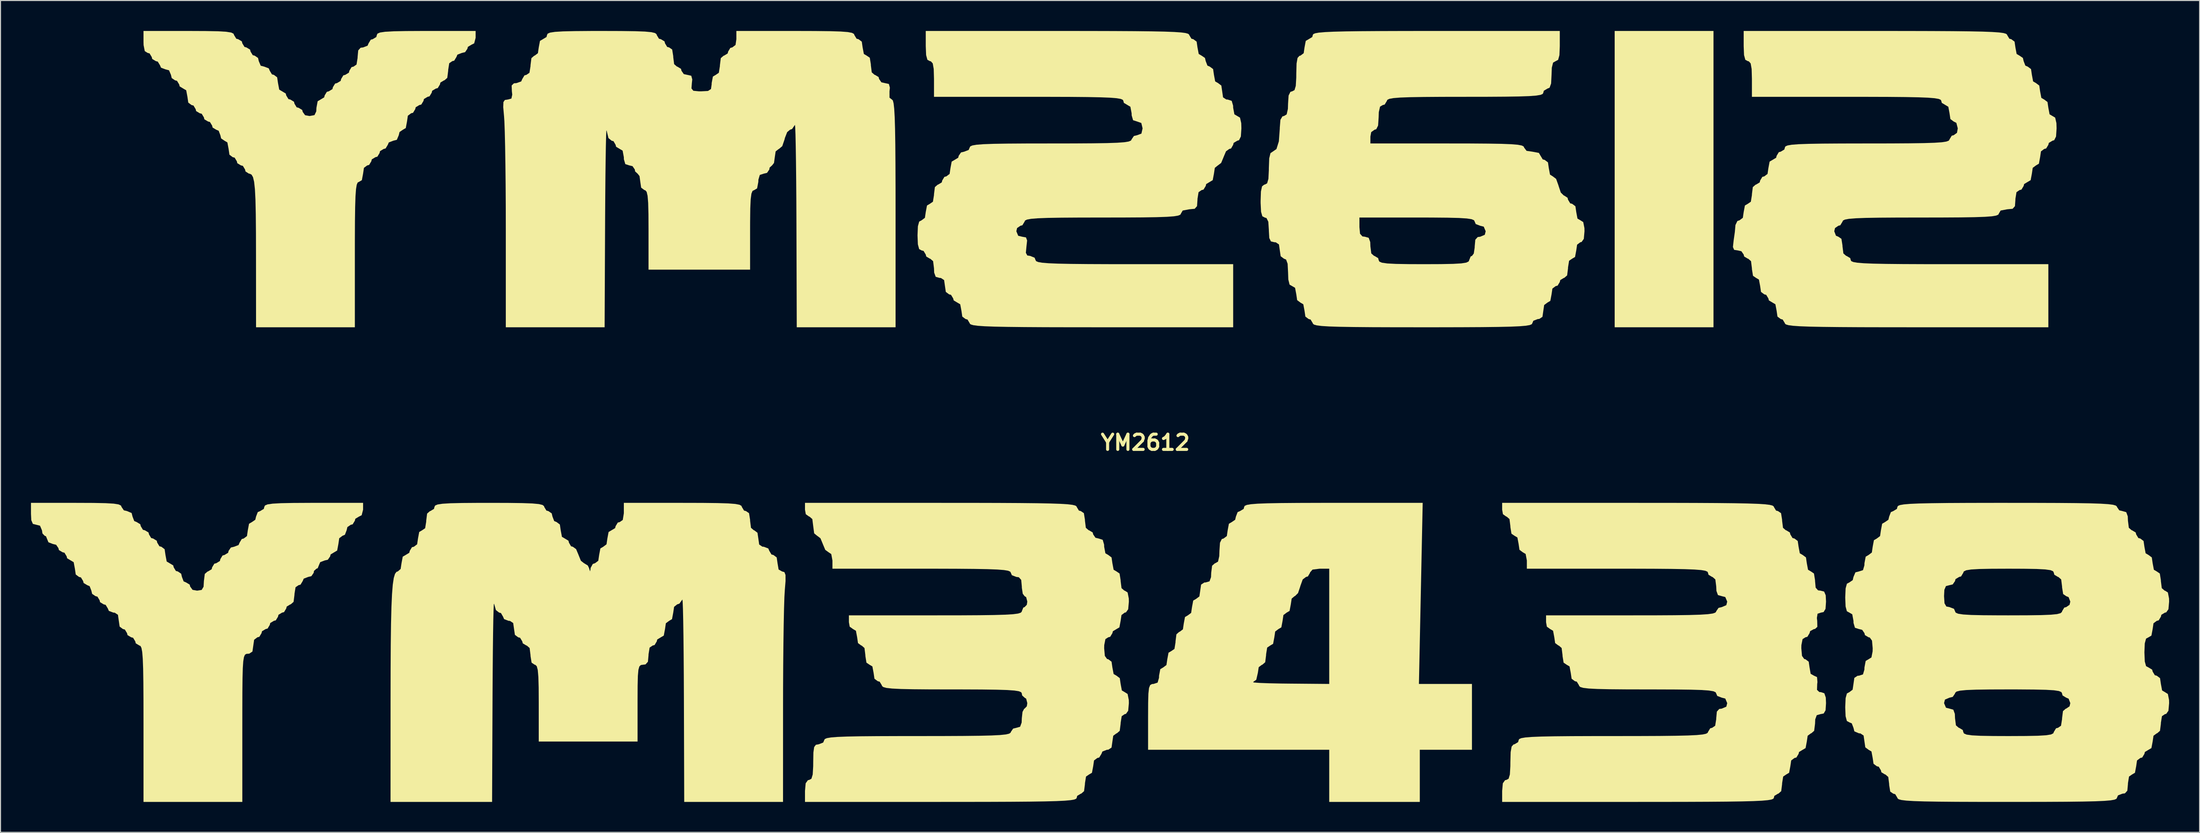
<source format=kicad_pcb>
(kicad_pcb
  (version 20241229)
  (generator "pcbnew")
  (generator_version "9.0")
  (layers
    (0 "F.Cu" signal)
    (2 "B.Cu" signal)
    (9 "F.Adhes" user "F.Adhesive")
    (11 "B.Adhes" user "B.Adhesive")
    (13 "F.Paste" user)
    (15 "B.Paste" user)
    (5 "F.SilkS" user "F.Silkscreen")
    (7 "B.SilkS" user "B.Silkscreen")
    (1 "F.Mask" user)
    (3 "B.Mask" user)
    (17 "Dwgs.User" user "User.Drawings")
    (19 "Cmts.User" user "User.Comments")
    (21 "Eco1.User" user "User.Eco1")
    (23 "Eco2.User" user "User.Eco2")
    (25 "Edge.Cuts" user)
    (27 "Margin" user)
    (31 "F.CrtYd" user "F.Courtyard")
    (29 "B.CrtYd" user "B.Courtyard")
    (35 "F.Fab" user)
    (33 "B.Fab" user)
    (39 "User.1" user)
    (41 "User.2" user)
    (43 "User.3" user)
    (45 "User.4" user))
  (footprint "YM2612"
    (layer "F.Cu")
    (at 109.706 40.532)
    (property "Reference" "YM2612" (at 0 0 0) (layer "F.SilkS") (effects (font (size 1.5 1.5) (thickness 0.3))))
    (attr board_only exclude_from_pos_files exclude_from_bom)
    (fp_poly (pts (xy 55.934 -25.94) (xy 55.934 -11.349) (xy 51.07 -11.349) (xy 46.206 -11.349) (xy 46.206 -25.94) (xy 46.206 -40.532) (xy 51.07 -40.532) (xy 55.934 -40.532)) (stroke (width 0) (type solid)) (fill yes) (layer "F.SilkS"))
    (fp_poly (pts (xy 27.12 14.862) (xy 26.935 23.779) (xy 29.545 23.779) (xy 32.155 23.779) (xy 32.155 27.021) (xy 32.155 30.264) (xy 29.588 30.264) (xy 27.021 30.264) (xy 27.021 32.831) (xy 27.021 35.398) (xy 22.563 35.398) (xy 18.104 35.398) (xy 18.104 32.831) (xy 18.104 30.264) (xy 9.187 30.264) (xy 0.27 30.264) (xy 0.27 27.021) (xy 0.276 25.653) (xy 0.301 24.735) (xy 0.363 24.178) (xy 0.474 23.893) (xy 0.652 23.79) (xy 0.811 23.779) (xy 1.206 23.651) (xy 1.224 23.592) (xy 10.606 23.592) (xy 10.69 23.637) (xy 11.235 23.679) (xy 12.161 23.714) (xy 13.387 23.739) (xy 14.119 23.747) (xy 18.104 23.779) (xy 18.104 18.104) (xy 18.104 12.43) (xy 17.159 12.43) (xy 16.459 12.518) (xy 16.214 12.798) (xy 16.213 12.835) (xy 16.003 13.193) (xy 15.82 13.24) (xy 15.494 13.488) (xy 15.258 14.143) (xy 15.249 14.186) (xy 15.032 14.833) (xy 14.733 15.128) (xy 14.697 15.132) (xy 14.407 15.375) (xy 14.321 15.943) (xy 14.2 16.586) (xy 13.916 16.753) (xy 13.594 16.995) (xy 13.511 17.564) (xy 13.39 18.207) (xy 13.105 18.374) (xy 12.784 18.616) (xy 12.7 19.185) (xy 12.579 19.829) (xy 12.295 19.996) (xy 11.995 20.201) (xy 11.89 20.855) (xy 11.889 20.941) (xy 11.801 21.641) (xy 11.521 21.886) (xy 11.484 21.887) (xy 11.162 22.128) (xy 11.079 22.678) (xy 10.922 23.366) (xy 10.606 23.592) (xy 1.224 23.592) (xy 1.345 23.177) (xy 1.351 22.968) (xy 1.472 22.325) (xy 1.756 22.157) (xy 2.078 21.916) (xy 2.162 21.347) (xy 2.283 20.703) (xy 2.567 20.536) (xy 2.867 20.331) (xy 2.972 19.677) (xy 2.972 19.59) (xy 3.06 18.891) (xy 3.341 18.646) (xy 3.378 18.645) (xy 3.699 18.403) (xy 3.783 17.834) (xy 3.904 17.19) (xy 4.188 17.023) (xy 4.51 16.782) (xy 4.594 16.213) (xy 4.714 15.569) (xy 4.999 15.402) (xy 5.321 15.16) (xy 5.404 14.591) (xy 5.489 13.998) (xy 5.805 13.789) (xy 5.945 13.781) (xy 6.317 13.675) (xy 6.467 13.262) (xy 6.485 12.835) (xy 6.573 12.136) (xy 6.854 11.891) (xy 6.89 11.889) (xy 7.158 11.73) (xy 7.279 11.189) (xy 7.296 10.673) (xy 7.349 9.872) (xy 7.529 9.507) (xy 7.701 9.457) (xy 8.023 9.216) (xy 8.106 8.647) (xy 8.227 8.003) (xy 8.512 7.836) (xy 8.842 7.611) (xy 8.917 7.296) (xy 9.086 6.856) (xy 9.322 6.755) (xy 9.681 6.539) (xy 9.728 6.35) (xy 9.785 6.238) (xy 9.991 6.148) (xy 10.398 6.078) (xy 11.058 6.025) (xy 12.025 5.989) (xy 13.35 5.964) (xy 15.085 5.951) (xy 17.284 5.945) (xy 18.516 5.945) (xy 27.305 5.945)) (stroke (width 0) (type solid)) (fill yes) (layer "F.SilkS"))
    (fp_poly (pts (xy -43.59 5.949) (xy -42.126 5.966) (xy -41.074 5.998) (xy -40.372 6.052) (xy -39.956 6.131) (xy -39.761 6.24) (xy -39.721 6.35) (xy -39.505 6.708) (xy -39.316 6.755) (xy -39.016 6.96) (xy -38.911 7.615) (xy -38.911 7.701) (xy -38.823 8.401) (xy -38.542 8.645) (xy -38.505 8.647) (xy -38.184 8.888) (xy -38.1 9.457) (xy -38.015 10.051) (xy -37.699 10.26) (xy -37.56 10.268) (xy -37.119 10.437) (xy -37.019 10.673) (xy -36.803 11.032) (xy -36.614 11.079) (xy -36.292 11.32) (xy -36.209 11.889) (xy -36.103 12.51) (xy -35.764 12.7) (xy -35.533 12.767) (xy -35.424 13.044) (xy -35.421 13.644) (xy -35.492 14.524) (xy -35.533 15.227) (xy -35.57 16.393) (xy -35.603 17.945) (xy -35.63 19.804) (xy -35.651 21.894) (xy -35.663 24.137) (xy -35.666 25.873) (xy -35.668 35.398) (xy -40.532 35.398) (xy -45.396 35.398) (xy -45.427 25.197) (xy -45.437 22.933) (xy -45.453 20.867) (xy -45.472 19.056) (xy -45.495 17.554) (xy -45.521 16.417) (xy -45.549 15.7) (xy -45.577 15.459) (xy -45.582 15.47) (xy -45.87 15.871) (xy -46.091 15.943) (xy -46.392 16.186) (xy -46.477 16.753) (xy -46.597 17.397) (xy -46.882 17.564) (xy -47.204 17.806) (xy -47.287 18.374) (xy -47.408 19.018) (xy -47.693 19.185) (xy -48.051 19.401) (xy -48.098 19.59) (xy -48.314 19.949) (xy -48.503 19.996) (xy -48.803 20.201) (xy -48.908 20.855) (xy -48.909 20.941) (xy -48.969 21.593) (xy -49.205 21.856) (xy -49.449 21.887) (xy -49.663 21.915) (xy -49.811 22.055) (xy -49.906 22.389) (xy -49.96 23.001) (xy -49.983 23.973) (xy -49.989 25.389) (xy -49.989 25.67) (xy -49.989 29.453) (xy -54.853 29.453) (xy -59.717 29.453) (xy -59.717 25.67) (xy -59.725 24.145) (xy -59.755 23.082) (xy -59.815 22.404) (xy -59.913 22.035) (xy -60.058 21.896) (xy -60.122 21.887) (xy -60.422 21.682) (xy -60.527 21.028) (xy -60.528 20.941) (xy -60.616 20.242) (xy -60.896 19.997) (xy -60.933 19.996) (xy -61.291 19.779) (xy -61.338 19.59) (xy -61.555 19.232) (xy -61.744 19.185) (xy -62.065 18.943) (xy -62.149 18.374) (xy -62.234 17.781) (xy -62.55 17.572) (xy -62.689 17.564) (xy -63.129 17.395) (xy -63.23 17.159) (xy -63.437 16.8) (xy -63.618 16.753) (xy -63.935 16.506) (xy -64.115 15.875) (xy -64.14 15.935) (xy -64.166 16.484) (xy -64.191 17.468) (xy -64.214 18.836) (xy -64.234 20.535) (xy -64.252 22.513) (xy -64.265 24.718) (xy -64.267 25.197) (xy -64.311 35.398) (xy -69.31 35.398) (xy -74.309 35.398) (xy -74.306 25.468) (xy -74.301 22.449) (xy -74.287 19.93) (xy -74.261 17.867) (xy -74.22 16.219) (xy -74.163 14.944) (xy -74.088 14.001) (xy -73.991 13.347) (xy -73.87 12.941) (xy -73.724 12.74) (xy -73.595 12.7) (xy -73.314 12.457) (xy -73.228 11.889) (xy -73.107 11.246) (xy -72.822 11.079) (xy -72.464 10.862) (xy -72.417 10.673) (xy -72.201 10.315) (xy -72.012 10.268) (xy -71.69 10.026) (xy -71.606 9.457) (xy -71.486 8.814) (xy -71.201 8.647) (xy -70.901 8.442) (xy -70.796 7.787) (xy -70.796 7.701) (xy -70.708 7.002) (xy -70.427 6.757) (xy -70.39 6.755) (xy -70.032 6.539) (xy -69.985 6.35) (xy -69.919 6.21) (xy -69.678 6.106) (xy -69.195 6.032) (xy -68.404 5.984) (xy -67.24 5.957) (xy -65.636 5.946) (xy -64.581 5.945) (xy -62.717 5.95) (xy -61.327 5.968) (xy -60.346 6.004) (xy -59.707 6.063) (xy -59.345 6.151) (xy -59.194 6.271) (xy -59.177 6.35) (xy -58.96 6.708) (xy -58.771 6.755) (xy -58.441 6.981) (xy -58.366 7.296) (xy -58.197 7.736) (xy -57.961 7.836) (xy -57.639 8.078) (xy -57.555 8.647) (xy -57.434 9.29) (xy -57.15 9.457) (xy -56.792 9.674) (xy -56.745 9.863) (xy -56.539 10.221) (xy -56.361 10.268) (xy -56.04 10.502) (xy -55.802 11.066) (xy -55.799 11.079) (xy -55.569 11.647) (xy -55.263 11.889) (xy -55.257 11.889) (xy -54.889 12.113) (xy -54.769 12.362) (xy -54.667 12.695) (xy -54.624 12.503) (xy -54.614 12.362) (xy -54.397 11.961) (xy -54.178 11.889) (xy -53.856 11.648) (xy -53.772 11.079) (xy -53.651 10.435) (xy -53.367 10.268) (xy -53.045 10.026) (xy -52.962 9.457) (xy -52.841 8.814) (xy -52.556 8.647) (xy -52.198 8.431) (xy -52.151 8.241) (xy -51.935 7.883) (xy -51.746 7.836) (xy -51.446 7.631) (xy -51.341 6.977) (xy -51.34 6.89) (xy -51.34 5.945) (xy -45.531 5.945)) (stroke (width 0) (type solid)) (fill yes) (layer "F.SilkS"))
    (fp_poly (pts (xy -32.511 -40.527) (xy -31.047 -40.511) (xy -29.996 -40.478) (xy -29.294 -40.425) (xy -28.877 -40.346) (xy -28.682 -40.237) (xy -28.643 -40.127) (xy -28.426 -39.768) (xy -28.237 -39.721) (xy -27.915 -39.48) (xy -27.832 -38.911) (xy -27.711 -38.267) (xy -27.427 -38.1) (xy -27.127 -37.895) (xy -27.022 -37.24) (xy -27.021 -37.154) (xy -26.933 -36.455) (xy -26.653 -36.21) (xy -26.616 -36.209) (xy -26.258 -35.992) (xy -26.211 -35.803) (xy -25.983 -35.474) (xy -25.64 -35.398) (xy -25.247 -35.312) (xy -25.149 -34.951) (xy -25.187 -34.587) (xy -25.185 -33.96) (xy -24.948 -33.777) (xy -24.857 -33.69) (xy -24.783 -33.401) (xy -24.722 -32.867) (xy -24.675 -32.045) (xy -24.64 -30.892) (xy -24.615 -29.365) (xy -24.6 -27.419) (xy -24.591 -25.014) (xy -24.589 -22.563) (xy -24.589 -11.349) (xy -29.453 -11.349) (xy -34.317 -11.349) (xy -34.348 -21.549) (xy -34.358 -23.814) (xy -34.374 -25.88) (xy -34.394 -27.691) (xy -34.417 -29.193) (xy -34.442 -30.33) (xy -34.47 -31.047) (xy -34.498 -31.288) (xy -34.503 -31.277) (xy -34.776 -30.876) (xy -34.982 -30.804) (xy -35.261 -30.567) (xy -35.488 -29.985) (xy -35.515 -29.859) (xy -35.744 -29.186) (xy -36.067 -28.914) (xy -36.086 -28.913) (xy -36.395 -28.67) (xy -36.479 -28.102) (xy -36.557 -27.533) (xy -36.746 -27.292) (xy -36.749 -27.291) (xy -36.989 -27.073) (xy -37.019 -26.886) (xy -37.244 -26.556) (xy -37.56 -26.481) (xy -37.955 -26.353) (xy -38.094 -25.879) (xy -38.1 -25.67) (xy -38.221 -25.027) (xy -38.505 -24.86) (xy -38.666 -24.785) (xy -38.779 -24.51) (xy -38.852 -23.96) (xy -38.893 -23.056) (xy -38.909 -21.724) (xy -38.911 -20.941) (xy -38.911 -17.023) (xy -43.91 -17.023) (xy -48.909 -17.023) (xy -48.909 -20.941) (xy -48.916 -22.498) (xy -48.945 -23.59) (xy -49.002 -24.294) (xy -49.095 -24.687) (xy -49.233 -24.845) (xy -49.314 -24.86) (xy -49.636 -25.101) (xy -49.719 -25.67) (xy -49.797 -26.239) (xy -49.986 -26.481) (xy -49.989 -26.481) (xy -50.229 -26.7) (xy -50.26 -26.886) (xy -50.485 -27.216) (xy -50.8 -27.291) (xy -51.196 -27.419) (xy -51.335 -27.893) (xy -51.34 -28.102) (xy -51.461 -28.746) (xy -51.746 -28.913) (xy -52.104 -29.129) (xy -52.151 -29.318) (xy -52.359 -29.677) (xy -52.54 -29.723) (xy -52.853 -29.98) (xy -53.033 -30.715) (xy -53.035 -30.737) (xy -53.06 -30.707) (xy -53.085 -30.188) (xy -53.109 -29.231) (xy -53.132 -27.887) (xy -53.153 -26.209) (xy -53.17 -24.247) (xy -53.184 -22.052) (xy -53.186 -21.549) (xy -53.232 -11.349) (xy -58.096 -11.349) (xy -62.96 -11.349) (xy -62.96 -20.902) (xy -62.964 -23.203) (xy -62.978 -25.4) (xy -63 -27.419) (xy -63.029 -29.184) (xy -63.063 -30.618) (xy -63.101 -31.647) (xy -63.133 -32.116) (xy -63.214 -33.028) (xy -63.196 -33.527) (xy -63.054 -33.735) (xy -62.775 -33.777) (xy -62.41 -33.872) (xy -62.326 -34.261) (xy -62.362 -34.587) (xy -62.385 -35.162) (xy -62.162 -35.377) (xy -61.909 -35.398) (xy -61.445 -35.56) (xy -61.338 -35.803) (xy -61.122 -36.161) (xy -60.933 -36.209) (xy -60.633 -36.414) (xy -60.528 -37.068) (xy -60.528 -37.154) (xy -60.44 -37.854) (xy -60.159 -38.098) (xy -60.122 -38.1) (xy -59.801 -38.342) (xy -59.717 -38.911) (xy -59.596 -39.554) (xy -59.312 -39.721) (xy -58.953 -39.938) (xy -58.906 -40.127) (xy -58.841 -40.266) (xy -58.599 -40.371) (xy -58.116 -40.444) (xy -57.325 -40.492) (xy -56.161 -40.519) (xy -54.558 -40.531) (xy -53.502 -40.532) (xy -51.638 -40.527) (xy -50.248 -40.509) (xy -49.267 -40.473) (xy -48.628 -40.413) (xy -48.266 -40.326) (xy -48.115 -40.206) (xy -48.098 -40.127) (xy -47.882 -39.768) (xy -47.693 -39.721) (xy -47.334 -39.505) (xy -47.287 -39.316) (xy -47.071 -38.958) (xy -46.882 -38.911) (xy -46.582 -38.706) (xy -46.477 -38.051) (xy -46.477 -37.965) (xy -46.389 -37.265) (xy -46.108 -37.021) (xy -46.071 -37.019) (xy -45.713 -36.803) (xy -45.666 -36.614) (xy -45.438 -36.284) (xy -45.095 -36.209) (xy -44.703 -36.123) (xy -44.604 -35.761) (xy -44.643 -35.398) (xy -44.683 -34.872) (xy -44.499 -34.643) (xy -43.953 -34.588) (xy -43.728 -34.587) (xy -43.054 -34.623) (xy -42.762 -34.813) (xy -42.694 -35.282) (xy -42.694 -35.398) (xy -42.573 -36.041) (xy -42.288 -36.209) (xy -41.989 -36.414) (xy -41.884 -37.068) (xy -41.883 -37.154) (xy -41.795 -37.854) (xy -41.515 -38.098) (xy -41.478 -38.1) (xy -41.119 -38.316) (xy -41.072 -38.505) (xy -40.856 -38.864) (xy -40.667 -38.911) (xy -40.345 -39.152) (xy -40.262 -39.721) (xy -40.262 -40.532) (xy -34.452 -40.532)) (stroke (width 0) (type solid)) (fill yes) (layer "F.SilkS"))
    (fp_poly (pts (xy -92.495 -40.525) (xy -91.29 -40.502) (xy -90.481 -40.454) (xy -89.996 -40.377) (xy -89.764 -40.262) (xy -89.711 -40.127) (xy -89.494 -39.768) (xy -89.305 -39.721) (xy -88.947 -39.505) (xy -88.9 -39.316) (xy -88.684 -38.958) (xy -88.495 -38.911) (xy -88.136 -38.694) (xy -88.089 -38.505) (xy -87.873 -38.147) (xy -87.684 -38.1) (xy -87.354 -37.875) (xy -87.279 -37.56) (xy -87.088 -37.108) (xy -86.738 -37.019) (xy -86.298 -36.85) (xy -86.198 -36.614) (xy -85.982 -36.256) (xy -85.793 -36.209) (xy -85.471 -35.967) (xy -85.387 -35.398) (xy -85.266 -34.754) (xy -84.982 -34.587) (xy -84.624 -34.371) (xy -84.577 -34.182) (xy -84.36 -33.824) (xy -84.171 -33.777) (xy -83.813 -33.56) (xy -83.766 -33.371) (xy -83.55 -33.013) (xy -83.361 -32.966) (xy -83.002 -32.75) (xy -82.955 -32.561) (xy -82.72 -32.235) (xy -82.28 -32.155) (xy -81.797 -32.243) (xy -81.62 -32.613) (xy -81.604 -32.966) (xy -81.483 -33.61) (xy -81.199 -33.777) (xy -80.841 -33.993) (xy -80.794 -34.182) (xy -80.577 -34.54) (xy -80.388 -34.587) (xy -80.03 -34.804) (xy -79.983 -34.993) (xy -79.767 -35.351) (xy -79.578 -35.398) (xy -79.219 -35.614) (xy -79.172 -35.803) (xy -78.956 -36.161) (xy -78.767 -36.209) (xy -78.409 -36.425) (xy -78.362 -36.614) (xy -78.145 -36.972) (xy -77.956 -37.019) (xy -77.657 -37.224) (xy -77.552 -37.879) (xy -77.551 -37.965) (xy -77.491 -38.617) (xy -77.255 -38.88) (xy -77.011 -38.911) (xy -76.571 -39.08) (xy -76.47 -39.316) (xy -76.254 -39.674) (xy -76.065 -39.721) (xy -75.707 -39.938) (xy -75.66 -40.127) (xy -75.591 -40.273) (xy -75.34 -40.38) (xy -74.836 -40.454) (xy -74.011 -40.5) (xy -72.796 -40.524) (xy -71.121 -40.532) (xy -70.796 -40.532) (xy -65.932 -40.532) (xy -65.932 -39.856) (xy -66.073 -39.313) (xy -66.337 -39.181) (xy -66.695 -38.965) (xy -66.743 -38.776) (xy -66.968 -38.445) (xy -67.283 -38.37) (xy -67.723 -38.201) (xy -67.823 -37.965) (xy -68.04 -37.607) (xy -68.229 -37.56) (xy -68.529 -37.354) (xy -68.633 -36.7) (xy -68.634 -36.614) (xy -68.722 -35.914) (xy -69.002 -35.67) (xy -69.039 -35.668) (xy -69.398 -35.452) (xy -69.445 -35.263) (xy -69.661 -34.905) (xy -69.85 -34.857) (xy -70.208 -34.641) (xy -70.255 -34.452) (xy -70.472 -34.094) (xy -70.661 -34.047) (xy -71.019 -33.831) (xy -71.066 -33.641) (xy -71.282 -33.283) (xy -71.471 -33.236) (xy -71.83 -33.02) (xy -71.877 -32.831) (xy -72.093 -32.473) (xy -72.282 -32.426) (xy -72.604 -32.184) (xy -72.687 -31.615) (xy -72.808 -30.971) (xy -73.093 -30.804) (xy -73.423 -30.579) (xy -73.498 -30.264) (xy -73.689 -29.812) (xy -74.038 -29.723) (xy -74.478 -29.554) (xy -74.579 -29.318) (xy -74.795 -28.96) (xy -74.984 -28.913) (xy -75.342 -28.696) (xy -75.389 -28.507) (xy -75.606 -28.149) (xy -75.795 -28.102) (xy -76.153 -27.886) (xy -76.2 -27.697) (xy -76.416 -27.339) (xy -76.605 -27.291) (xy -76.927 -27.05) (xy -77.011 -26.481) (xy -77.131 -25.837) (xy -77.416 -25.67) (xy -77.539 -25.61) (xy -77.635 -25.391) (xy -77.707 -24.955) (xy -77.759 -24.244) (xy -77.792 -23.202) (xy -77.812 -21.769) (xy -77.82 -19.889) (xy -77.821 -18.51) (xy -77.821 -11.349) (xy -82.685 -11.349) (xy -87.549 -11.349) (xy -87.553 -18.307) (xy -87.558 -20.641) (xy -87.575 -22.49) (xy -87.607 -23.908) (xy -87.66 -24.952) (xy -87.739 -25.675) (xy -87.848 -26.133) (xy -87.991 -26.381) (xy -88.175 -26.475) (xy -88.256 -26.481) (xy -88.587 -26.698) (xy -88.63 -26.886) (xy -88.846 -27.244) (xy -89.035 -27.291) (xy -89.393 -27.508) (xy -89.44 -27.697) (xy -89.657 -28.055) (xy -89.846 -28.102) (xy -90.168 -28.344) (xy -90.251 -28.913) (xy -90.372 -29.556) (xy -90.656 -29.723) (xy -90.986 -29.949) (xy -91.062 -30.264) (xy -91.231 -30.704) (xy -91.467 -30.804) (xy -91.825 -31.021) (xy -91.872 -31.21) (xy -92.089 -31.568) (xy -92.278 -31.615) (xy -92.636 -31.831) (xy -92.683 -32.02) (xy -92.899 -32.378) (xy -93.088 -32.426) (xy -93.447 -32.642) (xy -93.494 -32.831) (xy -93.71 -33.189) (xy -93.899 -33.236) (xy -94.221 -33.478) (xy -94.304 -34.047) (xy -94.425 -34.69) (xy -94.71 -34.857) (xy -95.068 -35.074) (xy -95.115 -35.263) (xy -95.331 -35.621) (xy -95.52 -35.668) (xy -95.85 -35.893) (xy -95.926 -36.209) (xy -96.117 -36.66) (xy -96.466 -36.749) (xy -96.906 -36.918) (xy -97.006 -37.154) (xy -97.223 -37.512) (xy -97.412 -37.56) (xy -97.77 -37.776) (xy -97.817 -37.965) (xy -98.033 -38.323) (xy -98.222 -38.37) (xy -98.504 -38.549) (xy -98.62 -39.14) (xy -98.628 -39.451) (xy -98.628 -40.532) (xy -94.169 -40.532)) (stroke (width 0) (type solid)) (fill yes) (layer "F.SilkS"))
    (fp_poly (pts (xy -103.574 5.951) (xy -102.369 5.975) (xy -101.559 6.022) (xy -101.075 6.1) (xy -100.842 6.214) (xy -100.789 6.35) (xy -100.564 6.68) (xy -100.249 6.755) (xy -99.797 6.946) (xy -99.709 7.296) (xy -99.54 7.736) (xy -99.303 7.836) (xy -98.945 8.052) (xy -98.898 8.241) (xy -98.682 8.6) (xy -98.493 8.647) (xy -98.134 8.863) (xy -98.087 9.052) (xy -97.871 9.41) (xy -97.682 9.457) (xy -97.324 9.674) (xy -97.277 9.863) (xy -97.06 10.221) (xy -96.871 10.268) (xy -96.549 10.51) (xy -96.466 11.079) (xy -96.345 11.722) (xy -96.061 11.889) (xy -95.702 12.106) (xy -95.655 12.295) (xy -95.439 12.653) (xy -95.25 12.7) (xy -94.92 12.925) (xy -94.845 13.24) (xy -94.676 13.681) (xy -94.439 13.781) (xy -94.081 13.997) (xy -94.034 14.186) (xy -93.799 14.512) (xy -93.359 14.591) (xy -92.902 14.521) (xy -92.715 14.203) (xy -92.683 13.646) (xy -92.595 12.946) (xy -92.315 12.702) (xy -92.278 12.7) (xy -91.919 12.484) (xy -91.872 12.295) (xy -91.656 11.936) (xy -91.467 11.889) (xy -91.109 11.673) (xy -91.062 11.484) (xy -90.845 11.126) (xy -90.656 11.079) (xy -90.298 10.862) (xy -90.251 10.673) (xy -90.026 10.343) (xy -89.711 10.268) (xy -89.271 10.099) (xy -89.17 9.863) (xy -88.954 9.505) (xy -88.765 9.457) (xy -88.443 9.216) (xy -88.36 8.647) (xy -88.239 8.003) (xy -87.954 7.836) (xy -87.624 7.611) (xy -87.549 7.296) (xy -87.38 6.856) (xy -87.144 6.755) (xy -86.785 6.539) (xy -86.738 6.35) (xy -86.67 6.204) (xy -86.419 6.096) (xy -85.915 6.023) (xy -85.09 5.977) (xy -83.875 5.953) (xy -82.2 5.945) (xy -81.874 5.945) (xy -77.011 5.945) (xy -77.011 6.62) (xy -77.152 7.164) (xy -77.416 7.296) (xy -77.774 7.512) (xy -77.821 7.701) (xy -78.038 8.059) (xy -78.227 8.106) (xy -78.557 8.332) (xy -78.632 8.647) (xy -78.801 9.087) (xy -79.037 9.187) (xy -79.359 9.429) (xy -79.443 9.998) (xy -79.563 10.641) (xy -79.848 10.809) (xy -80.206 11.025) (xy -80.253 11.214) (xy -80.478 11.544) (xy -80.794 11.619) (xy -81.234 11.788) (xy -81.334 12.024) (xy -81.48 12.384) (xy -81.604 12.43) (xy -81.844 12.649) (xy -81.874 12.835) (xy -82.1 13.165) (xy -82.415 13.24) (xy -82.855 13.409) (xy -82.955 13.646) (xy -83.172 14.004) (xy -83.361 14.051) (xy -83.66 14.256) (xy -83.765 14.911) (xy -83.766 14.997) (xy -83.854 15.696) (xy -84.134 15.941) (xy -84.171 15.943) (xy -84.53 16.159) (xy -84.577 16.348) (xy -84.793 16.706) (xy -84.982 16.753) (xy -85.34 16.969) (xy -85.387 17.159) (xy -85.604 17.517) (xy -85.793 17.564) (xy -86.151 17.78) (xy -86.198 17.969) (xy -86.414 18.327) (xy -86.603 18.374) (xy -86.961 18.591) (xy -87.009 18.78) (xy -87.225 19.138) (xy -87.414 19.185) (xy -87.736 19.427) (xy -87.819 19.996) (xy -87.904 20.589) (xy -88.22 20.798) (xy -88.36 20.806) (xy -88.52 20.823) (xy -88.646 20.914) (xy -88.74 21.139) (xy -88.808 21.559) (xy -88.853 22.232) (xy -88.88 23.219) (xy -88.894 24.58) (xy -88.899 26.374) (xy -88.9 28.102) (xy -88.9 35.398) (xy -93.764 35.398) (xy -98.628 35.398) (xy -98.628 27.697) (xy -98.631 25.428) (xy -98.642 23.645) (xy -98.664 22.29) (xy -98.701 21.308) (xy -98.754 20.644) (xy -98.828 20.241) (xy -98.924 20.043) (xy -99.033 19.996) (xy -99.391 19.779) (xy -99.438 19.59) (xy -99.655 19.232) (xy -99.844 19.185) (xy -100.202 18.969) (xy -100.249 18.78) (xy -100.465 18.422) (xy -100.654 18.374) (xy -100.976 18.133) (xy -101.06 17.564) (xy -101.145 16.97) (xy -101.46 16.762) (xy -101.6 16.753) (xy -102.04 16.584) (xy -102.14 16.348) (xy -102.357 15.99) (xy -102.546 15.943) (xy -102.904 15.726) (xy -102.951 15.537) (xy -103.167 15.179) (xy -103.356 15.132) (xy -103.686 14.907) (xy -103.762 14.591) (xy -103.931 14.151) (xy -104.167 14.051) (xy -104.525 13.835) (xy -104.572 13.646) (xy -104.789 13.288) (xy -104.978 13.24) (xy -105.299 12.999) (xy -105.383 12.43) (xy -105.504 11.786) (xy -105.788 11.619) (xy -106.147 11.403) (xy -106.194 11.214) (xy -106.41 10.856) (xy -106.599 10.809) (xy -106.957 10.592) (xy -107.004 10.403) (xy -107.23 10.073) (xy -107.545 9.998) (xy -107.985 9.829) (xy -108.085 9.593) (xy -108.231 9.233) (xy -108.355 9.187) (xy -108.575 8.961) (xy -108.626 8.647) (xy -108.817 8.195) (xy -109.166 8.106) (xy -109.52 8.016) (xy -109.676 7.649) (xy -109.706 7.026) (xy -109.706 5.945) (xy -105.248 5.945)) (stroke (width 0) (type solid)) (fill yes) (layer "F.SilkS"))
    (fp_poly (pts (xy 74.89 -40.53) (xy 77.406 -40.524) (xy 79.468 -40.513) (xy 81.12 -40.495) (xy 82.405 -40.469) (xy 83.366 -40.432) (xy 84.047 -40.386) (xy 84.49 -40.326) (xy 84.74 -40.253) (xy 84.839 -40.165) (xy 84.847 -40.127) (xy 85.063 -39.768) (xy 85.252 -39.721) (xy 85.574 -39.48) (xy 85.657 -38.911) (xy 85.778 -38.267) (xy 86.063 -38.1) (xy 86.393 -37.875) (xy 86.468 -37.56) (xy 86.637 -37.119) (xy 86.873 -37.019) (xy 87.195 -36.777) (xy 87.279 -36.209) (xy 87.4 -35.565) (xy 87.684 -35.398) (xy 88.006 -35.156) (xy 88.089 -34.587) (xy 88.21 -33.944) (xy 88.495 -33.777) (xy 88.816 -33.535) (xy 88.9 -32.966) (xy 89.021 -32.322) (xy 89.305 -32.155) (xy 89.572 -31.996) (xy 89.694 -31.455) (xy 89.711 -30.939) (xy 89.658 -30.138) (xy 89.477 -29.773) (xy 89.305 -29.723) (xy 88.947 -29.507) (xy 88.9 -29.318) (xy 88.684 -28.96) (xy 88.495 -28.913) (xy 88.173 -28.671) (xy 88.089 -28.102) (xy 87.969 -27.459) (xy 87.684 -27.291) (xy 87.362 -27.05) (xy 87.279 -26.481) (xy 87.158 -25.837) (xy 86.873 -25.67) (xy 86.515 -25.454) (xy 86.468 -25.265) (xy 86.252 -24.907) (xy 86.063 -24.86) (xy 85.763 -24.654) (xy 85.658 -24) (xy 85.657 -23.914) (xy 85.612 -23.278) (xy 85.383 -23.018) (xy 84.847 -22.968) (xy 84.203 -22.847) (xy 84.036 -22.563) (xy 83.977 -22.443) (xy 83.763 -22.35) (xy 83.338 -22.278) (xy 82.646 -22.227) (xy 81.631 -22.192) (xy 80.238 -22.17) (xy 78.411 -22.16) (xy 76.335 -22.157) (xy 74.067 -22.154) (xy 72.283 -22.143) (xy 70.928 -22.121) (xy 69.946 -22.084) (xy 69.282 -22.031) (xy 68.879 -21.958) (xy 68.682 -21.861) (xy 68.634 -21.752) (xy 68.418 -21.394) (xy 68.229 -21.347) (xy 67.899 -21.122) (xy 67.823 -20.806) (xy 67.992 -20.366) (xy 68.229 -20.266) (xy 68.529 -20.061) (xy 68.633 -19.406) (xy 68.634 -19.32) (xy 68.722 -18.621) (xy 69.002 -18.376) (xy 69.039 -18.374) (xy 69.398 -18.158) (xy 69.445 -17.969) (xy 69.5 -17.862) (xy 69.7 -17.775) (xy 70.095 -17.706) (xy 70.733 -17.654) (xy 71.665 -17.616) (xy 72.941 -17.59) (xy 74.611 -17.574) (xy 76.724 -17.566) (xy 79.172 -17.564) (xy 88.9 -17.564) (xy 88.9 -14.456) (xy 88.9 -11.349) (xy 75.93 -11.349) (xy 72.917 -11.351) (xy 70.401 -11.356) (xy 68.338 -11.368) (xy 66.686 -11.386) (xy 65.402 -11.412) (xy 64.44 -11.448) (xy 63.76 -11.495) (xy 63.316 -11.555) (xy 63.066 -11.627) (xy 62.967 -11.715) (xy 62.96 -11.754) (xy 62.743 -12.112) (xy 62.554 -12.16) (xy 62.232 -12.401) (xy 62.149 -12.97) (xy 62.028 -13.614) (xy 61.744 -13.781) (xy 61.385 -13.997) (xy 61.338 -14.186) (xy 61.122 -14.544) (xy 60.933 -14.591) (xy 60.611 -14.833) (xy 60.528 -15.402) (xy 60.407 -16.046) (xy 60.122 -16.213) (xy 59.823 -16.418) (xy 59.718 -17.072) (xy 59.717 -17.159) (xy 59.629 -17.858) (xy 59.349 -18.103) (xy 59.312 -18.104) (xy 58.953 -18.321) (xy 58.906 -18.51) (xy 58.678 -18.839) (xy 58.331 -18.915) (xy 57.964 -18.975) (xy 57.847 -19.256) (xy 57.919 -19.909) (xy 57.922 -19.928) (xy 58.035 -20.727) (xy 58.091 -21.355) (xy 58.093 -21.414) (xy 58.285 -21.814) (xy 58.501 -21.887) (xy 58.823 -22.129) (xy 58.906 -22.698) (xy 59.027 -23.341) (xy 59.312 -23.509) (xy 59.611 -23.714) (xy 59.716 -24.368) (xy 59.717 -24.454) (xy 59.805 -25.154) (xy 60.085 -25.398) (xy 60.122 -25.4) (xy 60.481 -25.616) (xy 60.528 -25.805) (xy 60.744 -26.164) (xy 60.933 -26.211) (xy 61.255 -26.452) (xy 61.338 -27.021) (xy 61.459 -27.665) (xy 61.744 -27.832) (xy 62.102 -28.048) (xy 62.149 -28.237) (xy 62.365 -28.595) (xy 62.554 -28.643) (xy 62.912 -28.859) (xy 62.96 -29.048) (xy 63.018 -29.165) (xy 63.229 -29.257) (xy 63.647 -29.328) (xy 64.326 -29.38) (xy 65.322 -29.415) (xy 66.687 -29.438) (xy 68.478 -29.449) (xy 70.748 -29.453) (xy 71.066 -29.453) (xy 73.399 -29.456) (xy 75.246 -29.467) (xy 76.662 -29.488) (xy 77.7 -29.522) (xy 78.416 -29.571) (xy 78.864 -29.64) (xy 79.097 -29.729) (xy 79.172 -29.843) (xy 79.172 -29.859) (xy 79.389 -30.217) (xy 79.578 -30.264) (xy 79.904 -30.499) (xy 79.983 -30.939) (xy 79.842 -31.483) (xy 79.578 -31.615) (xy 79.256 -31.857) (xy 79.172 -32.426) (xy 79.051 -33.069) (xy 78.767 -33.236) (xy 78.409 -33.452) (xy 78.362 -33.641) (xy 78.306 -33.751) (xy 78.103 -33.839) (xy 77.704 -33.908) (xy 77.056 -33.961) (xy 76.11 -33.998) (xy 74.813 -34.024) (xy 73.116 -34.039) (xy 70.968 -34.045) (xy 69.039 -34.047) (xy 59.717 -34.047) (xy 59.717 -35.803) (xy 59.69 -36.788) (xy 59.593 -37.336) (xy 59.404 -37.547) (xy 59.312 -37.56) (xy 59.067 -37.693) (xy 58.941 -38.161) (xy 58.906 -39.046) (xy 58.906 -40.532) (xy 71.877 -40.532)) (stroke (width 0) (type solid)) (fill yes) (layer "F.SilkS"))
    (fp_poly (pts (xy -5.634 -40.53) (xy -3.118 -40.524) (xy -1.055 -40.513) (xy 0.597 -40.495) (xy 1.881 -40.469) (xy 2.843 -40.432) (xy 3.523 -40.386) (xy 3.967 -40.326) (xy 4.217 -40.253) (xy 4.316 -40.165) (xy 4.323 -40.127) (xy 4.54 -39.768) (xy 4.729 -39.721) (xy 5.051 -39.48) (xy 5.134 -38.911) (xy 5.255 -38.267) (xy 5.539 -38.1) (xy 5.869 -37.875) (xy 5.945 -37.56) (xy 6.114 -37.119) (xy 6.35 -37.019) (xy 6.672 -36.777) (xy 6.755 -36.209) (xy 6.876 -35.565) (xy 7.161 -35.398) (xy 7.482 -35.156) (xy 7.566 -34.587) (xy 7.651 -33.994) (xy 7.967 -33.785) (xy 8.106 -33.777) (xy 8.502 -33.649) (xy 8.641 -33.175) (xy 8.647 -32.966) (xy 8.768 -32.322) (xy 9.052 -32.155) (xy 9.319 -31.996) (xy 9.441 -31.455) (xy 9.457 -30.939) (xy 9.404 -30.138) (xy 9.224 -29.773) (xy 9.052 -29.723) (xy 8.694 -29.507) (xy 8.647 -29.318) (xy 8.442 -28.96) (xy 8.263 -28.913) (xy 7.942 -28.679) (xy 7.704 -28.115) (xy 7.701 -28.102) (xy 7.465 -27.534) (xy 7.145 -27.292) (xy 7.139 -27.291) (xy 6.84 -27.048) (xy 6.755 -26.481) (xy 6.634 -25.837) (xy 6.35 -25.67) (xy 5.992 -25.454) (xy 5.945 -25.265) (xy 5.728 -24.907) (xy 5.539 -24.86) (xy 5.24 -24.654) (xy 5.135 -24) (xy 5.134 -23.914) (xy 5.089 -23.278) (xy 4.86 -23.018) (xy 4.323 -22.968) (xy 3.68 -22.847) (xy 3.513 -22.563) (xy 3.454 -22.443) (xy 3.24 -22.35) (xy 2.814 -22.278) (xy 2.122 -22.227) (xy 1.108 -22.192) (xy -0.285 -22.17) (xy -2.112 -22.16) (xy -4.188 -22.157) (xy -6.457 -22.154) (xy -8.24 -22.143) (xy -9.595 -22.121) (xy -10.577 -22.084) (xy -11.241 -22.031) (xy -11.644 -21.958) (xy -11.842 -21.861) (xy -11.889 -21.752) (xy -12.106 -21.394) (xy -12.295 -21.347) (xy -12.625 -21.122) (xy -12.7 -20.806) (xy -12.516 -20.361) (xy -12.124 -20.266) (xy -11.749 -20.199) (xy -11.638 -19.897) (xy -11.702 -19.32) (xy -11.762 -18.683) (xy -11.62 -18.419) (xy -11.332 -18.374) (xy -10.903 -18.201) (xy -10.809 -17.969) (xy -10.753 -17.862) (xy -10.553 -17.775) (xy -10.159 -17.706) (xy -9.52 -17.654) (xy -8.588 -17.616) (xy -7.312 -17.59) (xy -5.642 -17.574) (xy -3.529 -17.566) (xy -1.081 -17.564) (xy 8.647 -17.564) (xy 8.647 -14.456) (xy 8.647 -11.349) (xy -4.323 -11.349) (xy -7.337 -11.351) (xy -9.853 -11.356) (xy -11.915 -11.368) (xy -13.567 -11.386) (xy -14.852 -11.412) (xy -15.813 -11.448) (xy -16.493 -11.495) (xy -16.937 -11.555) (xy -17.187 -11.627) (xy -17.286 -11.715) (xy -17.294 -11.754) (xy -17.51 -12.112) (xy -17.699 -12.16) (xy -18.021 -12.401) (xy -18.104 -12.97) (xy -18.225 -13.614) (xy -18.51 -13.781) (xy -18.868 -13.997) (xy -18.915 -14.186) (xy -19.131 -14.544) (xy -19.32 -14.591) (xy -19.642 -14.833) (xy -19.726 -15.402) (xy -19.81 -15.995) (xy -20.126 -16.204) (xy -20.266 -16.213) (xy -20.638 -16.319) (xy -20.789 -16.732) (xy -20.806 -17.159) (xy -20.894 -17.858) (xy -21.175 -18.103) (xy -21.212 -18.104) (xy -21.57 -18.321) (xy -21.617 -18.51) (xy -21.833 -18.868) (xy -22.022 -18.915) (xy -22.267 -19.048) (xy -22.393 -19.517) (xy -22.428 -20.401) (xy -22.391 -21.297) (xy -22.264 -21.759) (xy -22.022 -21.887) (xy -21.701 -22.129) (xy -21.617 -22.698) (xy -21.496 -23.341) (xy -21.212 -23.509) (xy -20.912 -23.714) (xy -20.807 -24.368) (xy -20.806 -24.454) (xy -20.718 -25.154) (xy -20.438 -25.398) (xy -20.401 -25.4) (xy -20.043 -25.616) (xy -19.996 -25.805) (xy -19.779 -26.164) (xy -19.59 -26.211) (xy -19.269 -26.452) (xy -19.185 -27.021) (xy -19.064 -27.665) (xy -18.78 -27.832) (xy -18.422 -28.048) (xy -18.374 -28.237) (xy -18.149 -28.567) (xy -17.834 -28.643) (xy -17.394 -28.812) (xy -17.294 -29.048) (xy -17.235 -29.165) (xy -17.023 -29.258) (xy -16.603 -29.329) (xy -15.919 -29.381) (xy -14.918 -29.417) (xy -13.543 -29.439) (xy -11.741 -29.45) (xy -9.456 -29.453) (xy -9.322 -29.453) (xy -7.011 -29.456) (xy -5.184 -29.467) (xy -3.789 -29.488) (xy -2.769 -29.523) (xy -2.07 -29.574) (xy -1.638 -29.644) (xy -1.416 -29.736) (xy -1.351 -29.852) (xy -1.351 -29.859) (xy -1.126 -30.189) (xy -0.811 -30.264) (xy -0.387 -30.422) (xy -0.27 -30.939) (xy -0.397 -31.469) (xy -0.811 -31.615) (xy -1.206 -31.742) (xy -1.345 -32.216) (xy -1.351 -32.426) (xy -1.472 -33.069) (xy -1.756 -33.236) (xy -2.115 -33.452) (xy -2.162 -33.641) (xy -2.218 -33.751) (xy -2.42 -33.839) (xy -2.82 -33.908) (xy -3.467 -33.961) (xy -4.414 -33.998) (xy -5.71 -34.024) (xy -7.407 -34.039) (xy -9.555 -34.045) (xy -11.484 -34.047) (xy -20.806 -34.047) (xy -20.806 -35.803) (xy -20.833 -36.788) (xy -20.93 -37.336) (xy -21.12 -37.547) (xy -21.212 -37.56) (xy -21.456 -37.693) (xy -21.582 -38.161) (xy -21.617 -39.046) (xy -21.617 -40.532) (xy -8.647 -40.532)) (stroke (width 0) (type solid)) (fill yes) (layer "F.SilkS"))
    (fp_poly (pts (xy -17.067 5.946) (xy -14.501 5.952) (xy -12.391 5.963) (xy -10.692 5.98) (xy -9.363 6.006) (xy -8.362 6.04) (xy -7.644 6.085) (xy -7.168 6.142) (xy -6.891 6.212) (xy -6.771 6.296) (xy -6.755 6.35) (xy -6.539 6.708) (xy -6.35 6.755) (xy -6.05 6.96) (xy -5.945 7.615) (xy -5.945 7.701) (xy -5.857 8.401) (xy -5.576 8.645) (xy -5.539 8.647) (xy -5.181 8.863) (xy -5.134 9.052) (xy -4.909 9.382) (xy -4.594 9.457) (xy -4.198 9.585) (xy -4.059 10.059) (xy -4.053 10.268) (xy -3.932 10.912) (xy -3.648 11.079) (xy -3.326 11.32) (xy -3.243 11.889) (xy -3.122 12.533) (xy -2.837 12.7) (xy -2.537 12.905) (xy -2.433 13.56) (xy -2.432 13.646) (xy -2.344 14.345) (xy -2.064 14.59) (xy -2.027 14.591) (xy -1.745 14.77) (xy -1.629 15.362) (xy -1.621 15.672) (xy -1.688 16.424) (xy -1.91 16.734) (xy -2.027 16.753) (xy -2.348 16.995) (xy -2.432 17.564) (xy -2.553 18.207) (xy -2.837 18.374) (xy -3.195 18.591) (xy -3.243 18.78) (xy -3.459 19.138) (xy -3.648 19.185) (xy -3.93 19.364) (xy -4.046 19.955) (xy -4.053 20.266) (xy -3.986 21.018) (xy -3.764 21.327) (xy -3.648 21.347) (xy -3.326 21.588) (xy -3.243 22.157) (xy -3.122 22.801) (xy -2.837 22.968) (xy -2.515 23.21) (xy -2.432 23.779) (xy -2.311 24.422) (xy -2.027 24.589) (xy -1.745 24.768) (xy -1.629 25.359) (xy -1.621 25.67) (xy -1.688 26.422) (xy -1.91 26.731) (xy -2.027 26.751) (xy -2.326 26.956) (xy -2.431 27.611) (xy -2.432 27.697) (xy -2.52 28.396) (xy -2.8 28.641) (xy -2.837 28.643) (xy -3.159 28.884) (xy -3.243 29.453) (xy -3.327 30.047) (xy -3.643 30.255) (xy -3.783 30.264) (xy -4.223 30.433) (xy -4.323 30.669) (xy -4.54 31.027) (xy -4.729 31.074) (xy -5.051 31.316) (xy -5.134 31.885) (xy -5.255 32.529) (xy -5.539 32.696) (xy -5.839 32.901) (xy -5.944 33.555) (xy -5.945 33.641) (xy -6.033 34.341) (xy -6.313 34.586) (xy -6.35 34.587) (xy -6.708 34.804) (xy -6.755 34.993) (xy -6.807 35.085) (xy -6.992 35.163) (xy -7.351 35.227) (xy -7.928 35.279) (xy -8.765 35.319) (xy -9.906 35.349) (xy -11.392 35.371) (xy -13.267 35.385) (xy -15.573 35.394) (xy -18.353 35.397) (xy -20.131 35.398) (xy -33.506 35.398) (xy -33.506 34.317) (xy -33.439 33.565) (xy -33.218 33.256) (xy -33.101 33.236) (xy -32.874 33.119) (xy -32.747 32.7) (xy -32.699 31.878) (xy -32.696 31.48) (xy -32.679 30.529) (xy -32.604 29.999) (xy -32.434 29.771) (xy -32.155 29.723) (xy -31.715 29.554) (xy -31.615 29.318) (xy -31.559 29.208) (xy -31.355 29.119) (xy -30.954 29.05) (xy -30.303 28.998) (xy -29.352 28.96) (xy -28.049 28.935) (xy -26.342 28.921) (xy -24.182 28.914) (xy -22.428 28.913) (xy -19.929 28.91) (xy -17.919 28.901) (xy -16.348 28.884) (xy -15.163 28.855) (xy -14.313 28.813) (xy -13.748 28.755) (xy -13.416 28.68) (xy -13.265 28.585) (xy -13.24 28.507) (xy -13.015 28.177) (xy -12.7 28.102) (xy -12.328 27.996) (xy -12.177 27.583) (xy -12.16 27.156) (xy -12.092 26.531) (xy -11.925 26.219) (xy -11.889 26.211) (xy -11.67 25.984) (xy -11.619 25.67) (xy -11.732 25.231) (xy -11.889 25.13) (xy -12.129 24.911) (xy -12.16 24.724) (xy -12.22 24.599) (xy -12.442 24.502) (xy -12.884 24.43) (xy -13.605 24.379) (xy -14.663 24.346) (xy -16.117 24.327) (xy -18.026 24.32) (xy -19.05 24.319) (xy -21.183 24.316) (xy -22.835 24.303) (xy -24.064 24.277) (xy -24.929 24.234) (xy -25.489 24.172) (xy -25.803 24.086) (xy -25.929 23.974) (xy -25.94 23.914) (xy -26.157 23.556) (xy -26.346 23.509) (xy -26.668 23.267) (xy -26.751 22.698) (xy -26.872 22.054) (xy -27.156 21.887) (xy -27.456 21.682) (xy -27.561 21.028) (xy -27.562 20.941) (xy -27.65 20.242) (xy -27.93 19.997) (xy -27.967 19.996) (xy -28.289 19.754) (xy -28.372 19.185) (xy -28.493 18.542) (xy -28.778 18.374) (xy -29.104 18.14) (xy -29.183 17.699) (xy -29.183 17.023) (xy -20.671 17.023) (xy -18.275 17.021) (xy -16.366 17.011) (xy -14.891 16.991) (xy -13.796 16.959) (xy -13.03 16.913) (xy -12.538 16.849) (xy -12.268 16.765) (xy -12.165 16.659) (xy -12.16 16.618) (xy -12.014 16.258) (xy -11.889 16.213) (xy -11.67 15.986) (xy -11.619 15.672) (xy -11.732 15.233) (xy -11.889 15.132) (xy -12.068 14.894) (xy -12.157 14.31) (xy -12.16 14.186) (xy -12.22 13.534) (xy -12.456 13.271) (xy -12.7 13.24) (xy -13.14 13.071) (xy -13.24 12.835) (xy -13.297 12.723) (xy -13.503 12.633) (xy -13.911 12.563) (xy -14.571 12.511) (xy -15.538 12.474) (xy -16.864 12.45) (xy -18.6 12.436) (xy -20.799 12.43) (xy -22.022 12.43) (xy -30.804 12.43) (xy -30.804 11.619) (xy -30.92 10.988) (xy -31.188 10.809) (xy -31.509 10.575) (xy -31.747 10.01) (xy -31.75 9.998) (xy -31.986 9.43) (xy -32.306 9.187) (xy -32.312 9.187) (xy -32.603 8.947) (xy -32.696 8.241) (xy -32.784 7.542) (xy -33.064 7.297) (xy -33.101 7.296) (xy -33.427 7.061) (xy -33.506 6.62) (xy -33.506 5.945) (xy -20.131 5.945)) (stroke (width 0) (type solid)) (fill yes) (layer "F.SilkS"))
    (fp_poly (pts (xy 51.567 5.946) (xy 54.133 5.952) (xy 56.243 5.963) (xy 57.942 5.98) (xy 59.271 6.006) (xy 60.272 6.04) (xy 60.99 6.085) (xy 61.466 6.142) (xy 61.743 6.212) (xy 61.863 6.296) (xy 61.879 6.35) (xy 62.095 6.708) (xy 62.284 6.755) (xy 62.584 6.96) (xy 62.689 7.615) (xy 62.689 7.701) (xy 62.777 8.401) (xy 63.058 8.645) (xy 63.095 8.647) (xy 63.453 8.863) (xy 63.5 9.052) (xy 63.716 9.41) (xy 63.905 9.457) (xy 64.227 9.699) (xy 64.311 10.268) (xy 64.431 10.912) (xy 64.716 11.079) (xy 65.038 11.32) (xy 65.121 11.889) (xy 65.242 12.533) (xy 65.527 12.7) (xy 65.826 12.905) (xy 65.931 13.56) (xy 65.932 13.646) (xy 65.992 14.298) (xy 66.228 14.561) (xy 66.472 14.591) (xy 66.826 14.682) (xy 66.982 15.048) (xy 67.013 15.672) (xy 66.963 16.388) (xy 66.772 16.702) (xy 66.519 16.753) (xy 66.181 16.862) (xy 66.112 17.283) (xy 66.144 17.564) (xy 66.158 18.157) (xy 65.925 18.368) (xy 65.827 18.374) (xy 65.45 18.578) (xy 65.391 18.78) (xy 65.175 19.138) (xy 64.986 19.185) (xy 64.704 19.364) (xy 64.588 19.955) (xy 64.581 20.266) (xy 64.648 21.018) (xy 64.87 21.327) (xy 64.986 21.347) (xy 65.308 21.588) (xy 65.391 22.157) (xy 65.499 22.782) (xy 65.827 22.968) (xy 66.126 23.105) (xy 66.168 23.596) (xy 66.144 23.779) (xy 66.125 24.361) (xy 66.35 24.575) (xy 66.519 24.589) (xy 66.846 24.699) (xy 66.989 25.117) (xy 67.013 25.67) (xy 66.967 26.377) (xy 66.784 26.69) (xy 66.472 26.751) (xy 66.1 26.857) (xy 65.95 27.27) (xy 65.932 27.697) (xy 65.844 28.396) (xy 65.564 28.641) (xy 65.527 28.643) (xy 65.205 28.884) (xy 65.121 29.453) (xy 65 30.097) (xy 64.716 30.264) (xy 64.358 30.48) (xy 64.311 30.669) (xy 64.094 31.027) (xy 63.905 31.074) (xy 63.584 31.316) (xy 63.5 31.885) (xy 63.379 32.529) (xy 63.095 32.696) (xy 62.795 32.901) (xy 62.69 33.555) (xy 62.689 33.641) (xy 62.601 34.341) (xy 62.321 34.586) (xy 62.284 34.587) (xy 61.926 34.804) (xy 61.879 34.993) (xy 61.827 35.085) (xy 61.642 35.163) (xy 61.283 35.227) (xy 60.706 35.279) (xy 59.869 35.319) (xy 58.728 35.349) (xy 57.242 35.371) (xy 55.367 35.385) (xy 53.061 35.394) (xy 50.281 35.397) (xy 48.503 35.398) (xy 35.128 35.398) (xy 35.128 34.317) (xy 35.195 33.565) (xy 35.416 33.256) (xy 35.533 33.236) (xy 35.76 33.119) (xy 35.887 32.7) (xy 35.935 31.878) (xy 35.938 31.48) (xy 35.965 30.495) (xy 36.062 29.947) (xy 36.252 29.736) (xy 36.344 29.723) (xy 36.702 29.507) (xy 36.749 29.318) (xy 36.805 29.209) (xy 37.008 29.12) (xy 37.407 29.051) (xy 38.055 28.999) (xy 39.001 28.961) (xy 40.297 28.936) (xy 41.994 28.921) (xy 44.143 28.914) (xy 46.071 28.913) (xy 48.59 28.91) (xy 50.619 28.902) (xy 52.21 28.884) (xy 53.412 28.856) (xy 54.278 28.815) (xy 54.858 28.758) (xy 55.203 28.685) (xy 55.364 28.591) (xy 55.394 28.507) (xy 55.61 28.149) (xy 55.799 28.102) (xy 56.099 27.897) (xy 56.204 27.243) (xy 56.204 27.156) (xy 56.265 26.505) (xy 56.501 26.242) (xy 56.745 26.211) (xy 57.196 26.02) (xy 57.285 25.67) (xy 57.094 25.219) (xy 56.745 25.13) (xy 56.305 24.961) (xy 56.204 24.724) (xy 56.143 24.598) (xy 55.92 24.5) (xy 55.475 24.428) (xy 54.749 24.377) (xy 53.683 24.344) (xy 52.217 24.326) (xy 50.292 24.32) (xy 49.449 24.319) (xy 47.339 24.315) (xy 45.71 24.302) (xy 44.502 24.275) (xy 43.657 24.232) (xy 43.115 24.168) (xy 42.816 24.08) (xy 42.701 23.964) (xy 42.694 23.914) (xy 42.477 23.556) (xy 42.288 23.509) (xy 41.967 23.267) (xy 41.883 22.698) (xy 41.762 22.054) (xy 41.478 21.887) (xy 41.178 21.682) (xy 41.073 21.028) (xy 41.072 20.941) (xy 40.984 20.242) (xy 40.704 19.997) (xy 40.667 19.996) (xy 40.345 19.754) (xy 40.262 19.185) (xy 40.141 18.542) (xy 39.856 18.374) (xy 39.53 18.14) (xy 39.451 17.699) (xy 39.451 17.023) (xy 47.828 17.023) (xy 50.203 17.021) (xy 52.092 17.011) (xy 53.547 16.991) (xy 54.623 16.958) (xy 55.373 16.91) (xy 55.85 16.845) (xy 56.108 16.76) (xy 56.201 16.651) (xy 56.204 16.618) (xy 56.43 16.288) (xy 56.745 16.213) (xy 57.196 16.022) (xy 57.285 15.672) (xy 57.094 15.221) (xy 56.745 15.132) (xy 56.372 15.026) (xy 56.222 14.613) (xy 56.204 14.186) (xy 56.116 13.487) (xy 55.836 13.242) (xy 55.799 13.24) (xy 55.441 13.024) (xy 55.394 12.835) (xy 55.337 12.723) (xy 55.132 12.634) (xy 54.727 12.564) (xy 54.069 12.512) (xy 53.108 12.475) (xy 51.79 12.45) (xy 50.064 12.436) (xy 47.878 12.43) (xy 46.477 12.43) (xy 37.56 12.43) (xy 37.56 11.619) (xy 37.439 10.976) (xy 37.154 10.809) (xy 36.832 10.567) (xy 36.749 9.998) (xy 36.628 9.354) (xy 36.344 9.187) (xy 36.044 8.982) (xy 35.939 8.328) (xy 35.938 8.241) (xy 35.85 7.542) (xy 35.57 7.297) (xy 35.533 7.296) (xy 35.207 7.061) (xy 35.128 6.62) (xy 35.128 5.945) (xy 48.503 5.945)) (stroke (width 0) (type solid)) (fill yes) (layer "F.SilkS"))
    (fp_poly (pts (xy 40.802 -39.046) (xy 40.766 -38.149) (xy 40.638 -37.688) (xy 40.397 -37.56) (xy 40.142 -37.415) (xy 40.017 -36.914) (xy 39.991 -36.209) (xy 39.948 -35.359) (xy 39.798 -34.944) (xy 39.586 -34.857) (xy 39.228 -34.641) (xy 39.181 -34.452) (xy 39.122 -34.333) (xy 38.908 -34.239) (xy 38.482 -34.168) (xy 37.79 -34.116) (xy 36.776 -34.081) (xy 35.383 -34.06) (xy 33.556 -34.049) (xy 31.48 -34.047) (xy 29.211 -34.044) (xy 27.428 -34.032) (xy 26.073 -34.01) (xy 25.091 -33.974) (xy 24.427 -33.92) (xy 24.024 -33.847) (xy 23.826 -33.751) (xy 23.779 -33.641) (xy 23.562 -33.283) (xy 23.373 -33.236) (xy 23.106 -33.077) (xy 22.985 -32.536) (xy 22.968 -32.02) (xy 22.915 -31.219) (xy 22.735 -30.854) (xy 22.563 -30.804) (xy 22.237 -30.569) (xy 22.157 -30.129) (xy 22.157 -29.453) (xy 29.723 -29.453) (xy 31.97 -29.45) (xy 33.732 -29.438) (xy 35.066 -29.416) (xy 36.029 -29.378) (xy 36.676 -29.324) (xy 37.064 -29.248) (xy 37.249 -29.15) (xy 37.289 -29.048) (xy 37.531 -28.726) (xy 38.1 -28.643) (xy 38.744 -28.522) (xy 38.911 -28.237) (xy 39.127 -27.879) (xy 39.316 -27.832) (xy 39.638 -27.59) (xy 39.721 -27.021) (xy 39.839 -26.384) (xy 40.114 -26.211) (xy 40.44 -25.963) (xy 40.676 -25.308) (xy 40.685 -25.265) (xy 40.902 -24.618) (xy 41.201 -24.323) (xy 41.238 -24.319) (xy 41.569 -24.102) (xy 41.613 -23.914) (xy 41.829 -23.556) (xy 42.018 -23.509) (xy 42.34 -23.267) (xy 42.423 -22.698) (xy 42.544 -22.054) (xy 42.829 -21.887) (xy 43.111 -21.709) (xy 43.227 -21.117) (xy 43.234 -20.806) (xy 43.167 -20.055) (xy 42.945 -19.745) (xy 42.829 -19.726) (xy 42.507 -19.484) (xy 42.423 -18.915) (xy 42.303 -18.271) (xy 42.018 -18.104) (xy 41.718 -17.899) (xy 41.613 -17.245) (xy 41.613 -17.159) (xy 41.525 -16.459) (xy 41.244 -16.214) (xy 41.207 -16.213) (xy 40.849 -15.996) (xy 40.802 -15.807) (xy 40.586 -15.449) (xy 40.397 -15.402) (xy 40.075 -15.16) (xy 39.991 -14.591) (xy 39.871 -13.948) (xy 39.586 -13.781) (xy 39.264 -13.539) (xy 39.181 -12.97) (xy 39.096 -12.377) (xy 38.78 -12.168) (xy 38.64 -12.16) (xy 38.2 -11.991) (xy 38.1 -11.754) (xy 38.046 -11.652) (xy 37.851 -11.568) (xy 37.469 -11.501) (xy 36.853 -11.449) (xy 35.954 -11.41) (xy 34.725 -11.382) (xy 33.12 -11.364) (xy 31.09 -11.354) (xy 28.589 -11.349) (xy 27.291 -11.349) (xy 24.562 -11.351) (xy 22.325 -11.358) (xy 20.533 -11.373) (xy 19.14 -11.396) (xy 18.099 -11.429) (xy 17.36 -11.475) (xy 16.878 -11.536) (xy 16.605 -11.612) (xy 16.493 -11.706) (xy 16.483 -11.754) (xy 16.267 -12.112) (xy 16.078 -12.16) (xy 15.756 -12.401) (xy 15.672 -12.97) (xy 15.551 -13.614) (xy 15.267 -13.781) (xy 14.945 -14.023) (xy 14.862 -14.591) (xy 14.741 -15.235) (xy 14.456 -15.402) (xy 14.201 -15.547) (xy 14.077 -16.048) (xy 14.051 -16.753) (xy 14.008 -17.603) (xy 13.857 -18.018) (xy 13.646 -18.104) (xy 13.324 -18.346) (xy 13.24 -18.915) (xy 13.155 -19.508) (xy 12.84 -19.717) (xy 12.7 -19.726) (xy 12.362 -19.805) (xy 12.203 -20.135) (xy 12.16 -20.854) (xy 12.16 -20.941) (xy 12.107 -21.743) (xy 11.926 -22.108) (xy 11.754 -22.157) (xy 21.077 -22.157) (xy 21.077 -21.212) (xy 21.137 -20.56) (xy 21.373 -20.297) (xy 21.617 -20.266) (xy 21.989 -20.16) (xy 22.14 -19.747) (xy 22.157 -19.32) (xy 22.245 -18.621) (xy 22.526 -18.376) (xy 22.563 -18.374) (xy 22.921 -18.158) (xy 22.968 -17.969) (xy 23.039 -17.817) (xy 23.299 -17.707) (xy 23.821 -17.634) (xy 24.676 -17.59) (xy 25.936 -17.569) (xy 27.427 -17.564) (xy 29.1 -17.57) (xy 30.306 -17.594) (xy 31.115 -17.641) (xy 31.6 -17.719) (xy 31.832 -17.834) (xy 31.885 -17.969) (xy 32.031 -18.329) (xy 32.155 -18.374) (xy 32.334 -18.612) (xy 32.423 -19.196) (xy 32.426 -19.32) (xy 32.486 -19.972) (xy 32.722 -20.235) (xy 32.966 -20.266) (xy 33.418 -20.457) (xy 33.506 -20.806) (xy 33.315 -21.258) (xy 32.966 -21.347) (xy 32.526 -21.516) (xy 32.426 -21.752) (xy 32.361 -21.889) (xy 32.123 -21.992) (xy 31.649 -22.065) (xy 30.874 -22.114) (xy 29.732 -22.142) (xy 28.16 -22.155) (xy 26.751 -22.157) (xy 21.077 -22.157) (xy 11.754 -22.157) (xy 11.519 -22.282) (xy 11.393 -22.723) (xy 11.35 -23.583) (xy 11.349 -23.779) (xy 11.38 -24.72) (xy 11.49 -25.226) (xy 11.705 -25.397) (xy 11.754 -25.4) (xy 11.99 -25.525) (xy 12.116 -25.966) (xy 12.159 -26.826) (xy 12.16 -27.021) (xy 12.196 -27.987) (xy 12.319 -28.499) (xy 12.533 -28.643) (xy 12.908 -28.901) (xy 13.145 -29.66) (xy 13.236 -30.898) (xy 13.237 -31.007) (xy 13.299 -31.785) (xy 13.501 -32.123) (xy 13.646 -32.155) (xy 13.913 -32.314) (xy 14.035 -32.856) (xy 14.051 -33.371) (xy 14.104 -34.173) (xy 14.284 -34.538) (xy 14.456 -34.587) (xy 14.684 -34.704) (xy 14.81 -35.123) (xy 14.859 -35.945) (xy 14.862 -36.344) (xy 14.889 -37.329) (xy 14.985 -37.876) (xy 15.175 -38.087) (xy 15.267 -38.1) (xy 15.589 -38.342) (xy 15.672 -38.911) (xy 15.793 -39.554) (xy 16.078 -39.721) (xy 16.436 -39.938) (xy 16.483 -40.127) (xy 16.536 -40.224) (xy 16.725 -40.304) (xy 17.094 -40.37) (xy 17.688 -40.421) (xy 18.552 -40.461) (xy 19.73 -40.491) (xy 21.268 -40.511) (xy 23.21 -40.523) (xy 25.601 -40.53) (xy 28.485 -40.532) (xy 28.643 -40.532) (xy 40.802 -40.532)) (stroke (width 0) (type solid)) (fill yes) (layer "F.SilkS"))
    (fp_poly (pts (xy 87.577 5.947) (xy 89.814 5.954) (xy 91.605 5.968) (xy 92.998 5.991) (xy 94.04 6.025) (xy 94.778 6.071) (xy 95.26 6.131) (xy 95.533 6.208) (xy 95.645 6.301) (xy 95.655 6.35) (xy 95.881 6.68) (xy 96.196 6.755) (xy 96.568 6.861) (xy 96.719 7.274) (xy 96.736 7.701) (xy 96.824 8.401) (xy 97.105 8.645) (xy 97.141 8.647) (xy 97.5 8.863) (xy 97.547 9.052) (xy 97.763 9.41) (xy 97.952 9.457) (xy 98.274 9.699) (xy 98.357 10.268) (xy 98.478 10.912) (xy 98.763 11.079) (xy 99.085 11.32) (xy 99.168 11.889) (xy 99.289 12.533) (xy 99.573 12.7) (xy 99.873 12.905) (xy 99.978 13.56) (xy 99.979 13.646) (xy 100.067 14.345) (xy 100.347 14.59) (xy 100.384 14.591) (xy 100.666 14.77) (xy 100.782 15.362) (xy 100.789 15.672) (xy 100.722 16.424) (xy 100.501 16.734) (xy 100.384 16.753) (xy 100.026 16.969) (xy 99.979 17.159) (xy 99.762 17.517) (xy 99.573 17.564) (xy 99.252 17.806) (xy 99.168 18.374) (xy 99.047 19.018) (xy 98.763 19.185) (xy 98.518 19.319) (xy 98.392 19.787) (xy 98.357 20.671) (xy 98.394 21.568) (xy 98.522 22.029) (xy 98.763 22.157) (xy 99.121 22.374) (xy 99.168 22.563) (xy 99.384 22.921) (xy 99.573 22.968) (xy 99.895 23.21) (xy 99.979 23.779) (xy 100.1 24.422) (xy 100.384 24.589) (xy 100.666 24.768) (xy 100.782 25.359) (xy 100.789 25.67) (xy 100.722 26.422) (xy 100.501 26.731) (xy 100.384 26.751) (xy 100.084 26.956) (xy 99.979 27.611) (xy 99.979 27.697) (xy 99.891 28.396) (xy 99.61 28.641) (xy 99.573 28.643) (xy 99.252 28.884) (xy 99.168 29.453) (xy 99.047 30.097) (xy 98.763 30.264) (xy 98.405 30.48) (xy 98.357 30.669) (xy 98.141 31.027) (xy 97.952 31.074) (xy 97.63 31.316) (xy 97.547 31.885) (xy 97.426 32.529) (xy 97.141 32.696) (xy 96.842 32.901) (xy 96.737 33.555) (xy 96.736 33.641) (xy 96.676 34.293) (xy 96.44 34.556) (xy 96.196 34.587) (xy 95.756 34.756) (xy 95.655 34.993) (xy 95.601 35.095) (xy 95.407 35.179) (xy 95.025 35.246) (xy 94.408 35.298) (xy 93.509 35.337) (xy 92.281 35.365) (xy 90.675 35.383) (xy 88.645 35.393) (xy 86.144 35.397) (xy 84.847 35.398) (xy 82.117 35.396) (xy 79.88 35.389) (xy 78.089 35.374) (xy 76.696 35.351) (xy 75.654 35.317) (xy 74.916 35.271) (xy 74.433 35.211) (xy 74.16 35.135) (xy 74.048 35.041) (xy 74.038 34.993) (xy 73.822 34.634) (xy 73.633 34.587) (xy 73.333 34.382) (xy 73.228 33.728) (xy 73.228 33.641) (xy 73.14 32.942) (xy 72.859 32.697) (xy 72.822 32.696) (xy 72.464 32.479) (xy 72.417 32.29) (xy 72.201 31.932) (xy 72.012 31.885) (xy 71.69 31.643) (xy 71.606 31.074) (xy 71.486 30.431) (xy 71.201 30.264) (xy 70.879 30.022) (xy 70.796 29.453) (xy 70.711 28.86) (xy 70.395 28.651) (xy 70.255 28.643) (xy 69.804 28.451) (xy 69.715 28.102) (xy 69.546 27.662) (xy 69.31 27.562) (xy 69.065 27.428) (xy 68.939 26.96) (xy 68.904 26.076) (xy 68.921 25.67) (xy 78.632 25.67) (xy 78.823 26.122) (xy 79.172 26.211) (xy 79.545 26.316) (xy 79.695 26.729) (xy 79.713 27.156) (xy 79.801 27.856) (xy 80.081 28.1) (xy 80.118 28.102) (xy 80.476 28.318) (xy 80.523 28.507) (xy 80.594 28.66) (xy 80.854 28.769) (xy 81.376 28.843) (xy 82.231 28.887) (xy 83.491 28.908) (xy 84.982 28.913) (xy 86.656 28.906) (xy 87.861 28.883) (xy 88.67 28.835) (xy 89.155 28.758) (xy 89.388 28.643) (xy 89.44 28.507) (xy 89.657 28.149) (xy 89.846 28.102) (xy 90.146 27.897) (xy 90.25 27.243) (xy 90.251 27.156) (xy 90.339 26.457) (xy 90.619 26.212) (xy 90.656 26.211) (xy 90.986 25.985) (xy 91.062 25.67) (xy 90.893 25.23) (xy 90.656 25.13) (xy 90.298 24.913) (xy 90.251 24.724) (xy 90.185 24.583) (xy 89.941 24.478) (xy 89.453 24.404) (xy 88.654 24.357) (xy 87.478 24.331) (xy 85.858 24.32) (xy 84.982 24.319) (xy 83.144 24.324) (xy 81.779 24.343) (xy 80.822 24.381) (xy 80.205 24.442) (xy 79.861 24.532) (xy 79.725 24.657) (xy 79.713 24.724) (xy 79.487 25.055) (xy 79.172 25.13) (xy 78.721 25.321) (xy 78.632 25.67) (xy 68.921 25.67) (xy 68.941 25.179) (xy 69.068 24.718) (xy 69.31 24.589) (xy 69.631 24.348) (xy 69.715 23.779) (xy 69.8 23.185) (xy 70.116 22.976) (xy 70.255 22.968) (xy 70.651 22.841) (xy 70.79 22.367) (xy 70.796 22.157) (xy 70.917 21.514) (xy 71.201 21.347) (xy 71.483 21.168) (xy 71.599 20.577) (xy 71.606 20.266) (xy 71.539 19.514) (xy 71.318 19.205) (xy 71.201 19.185) (xy 70.843 18.969) (xy 70.796 18.78) (xy 70.57 18.45) (xy 70.255 18.374) (xy 69.86 18.247) (xy 69.72 17.773) (xy 69.715 17.564) (xy 69.594 16.92) (xy 69.31 16.753) (xy 69.065 16.62) (xy 68.939 16.152) (xy 68.904 15.267) (xy 68.91 15.132) (xy 78.632 15.132) (xy 78.677 15.839) (xy 78.86 16.152) (xy 79.172 16.213) (xy 79.612 16.382) (xy 79.713 16.618) (xy 79.779 16.759) (xy 80.023 16.864) (xy 80.511 16.938) (xy 81.31 16.986) (xy 82.486 17.012) (xy 84.106 17.022) (xy 84.982 17.023) (xy 86.82 17.018) (xy 88.184 17) (xy 89.142 16.962) (xy 89.759 16.901) (xy 90.103 16.81) (xy 90.239 16.685) (xy 90.251 16.618) (xy 90.467 16.26) (xy 90.656 16.213) (xy 90.986 15.987) (xy 91.062 15.672) (xy 90.893 15.232) (xy 90.656 15.132) (xy 90.357 14.927) (xy 90.252 14.272) (xy 90.251 14.186) (xy 90.163 13.487) (xy 89.883 13.242) (xy 89.846 13.24) (xy 89.488 13.024) (xy 89.44 12.835) (xy 89.37 12.683) (xy 89.11 12.573) (xy 88.588 12.5) (xy 87.733 12.456) (xy 86.472 12.435) (xy 84.982 12.43) (xy 83.308 12.436) (xy 82.103 12.46) (xy 81.293 12.507) (xy 80.809 12.585) (xy 80.576 12.7) (xy 80.523 12.835) (xy 80.307 13.193) (xy 80.118 13.24) (xy 79.76 13.457) (xy 79.713 13.646) (xy 79.487 13.976) (xy 79.172 14.051) (xy 78.819 14.142) (xy 78.663 14.508) (xy 78.632 15.132) (xy 68.91 15.132) (xy 68.941 14.371) (xy 69.068 13.909) (xy 69.31 13.781) (xy 69.64 13.556) (xy 69.715 13.24) (xy 69.906 12.789) (xy 70.255 12.7) (xy 70.651 12.573) (xy 70.79 12.099) (xy 70.796 11.889) (xy 70.917 11.246) (xy 71.201 11.079) (xy 71.523 10.837) (xy 71.606 10.268) (xy 71.727 9.625) (xy 72.012 9.457) (xy 72.333 9.216) (xy 72.417 8.647) (xy 72.538 8.003) (xy 72.822 7.836) (xy 73.152 7.611) (xy 73.228 7.296) (xy 73.397 6.856) (xy 73.633 6.755) (xy 73.991 6.539) (xy 74.038 6.35) (xy 74.093 6.248) (xy 74.287 6.164) (xy 74.669 6.097) (xy 75.286 6.044) (xy 76.184 6.005) (xy 77.413 5.978) (xy 79.018 5.959) (xy 81.048 5.949) (xy 83.55 5.945) (xy 84.847 5.945)) (stroke (width 0) (type solid)) (fill yes) (layer "F.SilkS")))
  (gr_rect
    (start -3 -3)
    (end 213.496 78.93)
    (stroke (width 0.1) (type default))
    (fill no)
    (layer "Edge.Cuts")))
</source>
